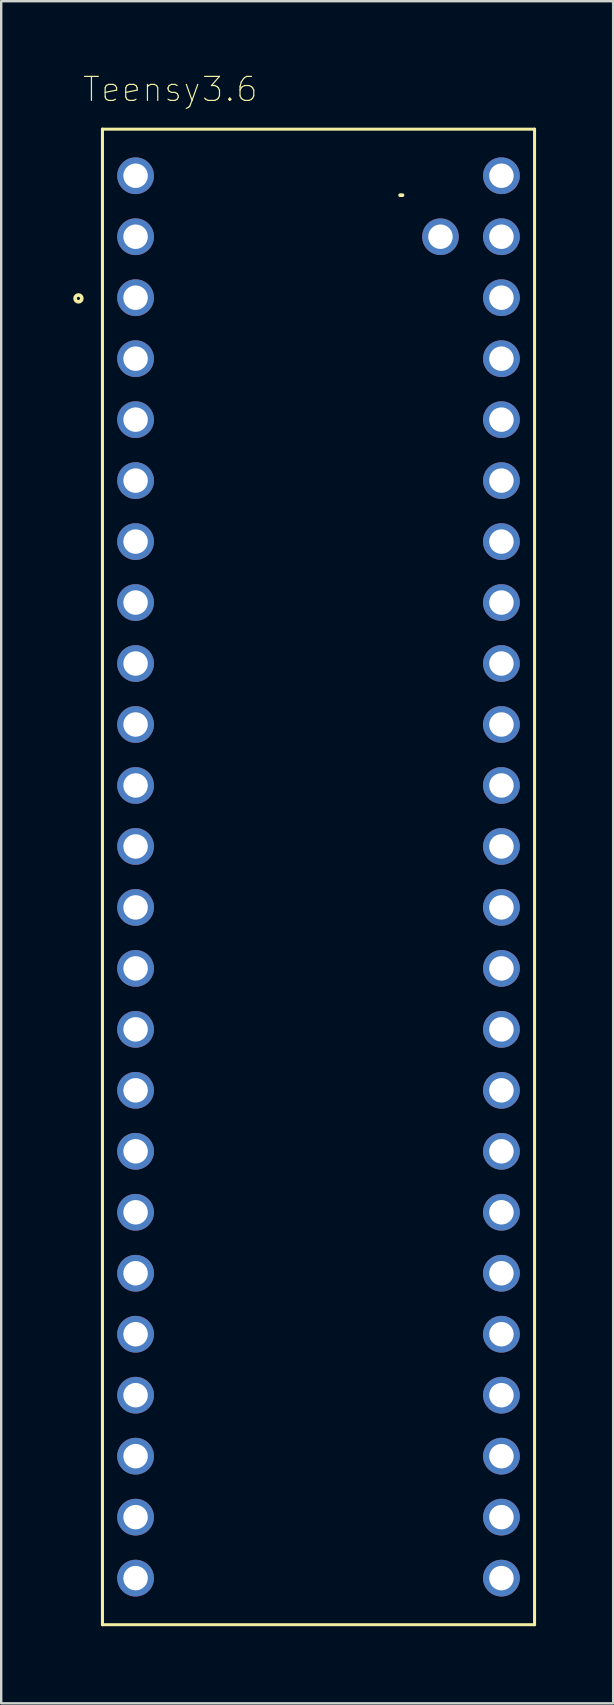
<source format=kicad_pcb>
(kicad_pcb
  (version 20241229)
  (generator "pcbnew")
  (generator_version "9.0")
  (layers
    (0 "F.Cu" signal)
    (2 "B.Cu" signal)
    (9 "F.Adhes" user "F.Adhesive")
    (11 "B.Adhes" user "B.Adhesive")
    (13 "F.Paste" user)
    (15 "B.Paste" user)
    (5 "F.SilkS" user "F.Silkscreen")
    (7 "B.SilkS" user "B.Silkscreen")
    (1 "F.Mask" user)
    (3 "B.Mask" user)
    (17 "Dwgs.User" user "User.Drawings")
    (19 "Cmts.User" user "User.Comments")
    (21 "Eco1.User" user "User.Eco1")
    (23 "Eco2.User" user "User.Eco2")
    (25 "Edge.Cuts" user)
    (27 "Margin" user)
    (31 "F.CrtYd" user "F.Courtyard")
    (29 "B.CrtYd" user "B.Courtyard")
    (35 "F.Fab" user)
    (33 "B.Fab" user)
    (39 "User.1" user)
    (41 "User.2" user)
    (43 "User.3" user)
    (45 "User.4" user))
  (footprint "Teensy3.6"
    (layer "F.Cu")
    (at 10.218 33.481)
    (property "Reference" "Teensy3.6" (at -6.173 -32.809 0) (layer "F.SilkS") (effects (font (size 1 1) (thickness 0.05))))
    (attr through_hole)
    (fp_line (start -9 -31.15) (end -9 31.15) (stroke (width 0.127) (type solid)) (layer "F.SilkS"))
    (fp_line (start -9 31.15) (end 9 31.15) (stroke (width 0.127) (type solid)) (layer "F.SilkS"))
    (fp_line (start 3.4 -28.4) (end 3.5 -28.4) (stroke (width 0.152) (type solid)) (layer "F.SilkS"))
    (fp_line (start 9 -31.15) (end -9 -31.15) (stroke (width 0.127) (type solid)) (layer "F.SilkS"))
    (fp_line (start 9 31.15) (end 9 -31.15) (stroke (width 0.127) (type solid)) (layer "F.SilkS"))
    (fp_circle (center -10 -24.1) (end -9.859 -24.1) (stroke (width 0.152) (type solid)) (fill no) (layer "F.SilkS"))
    (fp_line (start -9.25 -31.4) (end 9.25 -31.4) (stroke (width 0.05) (type solid)) (layer "Eco1.User"))
    (fp_line (start -9.25 31.4) (end -9.25 -31.4) (stroke (width 0.05) (type solid)) (layer "Eco1.User"))
    (fp_line (start 9.25 -31.4) (end 9.25 31.4) (stroke (width 0.05) (type solid)) (layer "Eco1.User"))
    (fp_line (start 9.25 31.4) (end -9.25 31.4) (stroke (width 0.05) (type solid)) (layer "Eco1.User"))
    (fp_line (start -9 -31.15) (end 9 -31.15) (stroke (width 0.127) (type solid)) (layer "Eco2.User"))
    (fp_line (start -9 31.15) (end -9 -31.15) (stroke (width 0.127) (type solid)) (layer "Eco2.User"))
    (fp_line (start -3.5 -31.1) (end -3.5 -28.4) (stroke (width 0.152) (type solid)) (layer "Eco2.User"))
    (fp_line (start -3.5 -28.4) (end 3.4 -28.4) (stroke (width 0.152) (type solid)) (layer "Eco2.User"))
    (fp_line (start 3.5 -28.4) (end 3.5 -31.1) (stroke (width 0.152) (type solid)) (layer "Eco2.User"))
    (fp_line (start 9 -31.15) (end 9 31.15) (stroke (width 0.127) (type solid)) (layer "Eco2.User"))
    (fp_line (start 9 31.15) (end -9 31.15) (stroke (width 0.127) (type solid)) (layer "Eco2.User"))
    (pad "0" thru_hole circle (at -7.62 -26.67) (size 1.53 1.53) (drill 1.02) (layers "*.Cu" "*.Mask"))
    (pad "1" thru_hole circle (at -7.62 -24.13) (size 1.53 1.53) (drill 1.02) (layers "*.Cu" "*.Mask"))
    (pad "2" thru_hole circle (at -7.62 -21.59) (size 1.53 1.53) (drill 1.02) (layers "*.Cu" "*.Mask"))
    (pad "3" thru_hole circle (at -7.62 -19.05) (size 1.53 1.53) (drill 1.02) (layers "*.Cu" "*.Mask"))
    (pad "3V3_1" thru_hole circle (at -7.62 6.35) (size 1.53 1.53) (drill 1.02) (layers "*.Cu" "*.Mask"))
    (pad "3V3_2" thru_hole circle (at 7.62 -24.13) (size 1.53 1.53) (drill 1.02) (layers "*.Cu" "*.Mask"))
    (pad "4" thru_hole circle (at -7.62 -16.51) (size 1.53 1.53) (drill 1.02) (layers "*.Cu" "*.Mask"))
    (pad "5" thru_hole circle (at -7.62 -13.97) (size 1.53 1.53) (drill 1.02) (layers "*.Cu" "*.Mask"))
    (pad "6" thru_hole circle (at -7.62 -11.43) (size 1.53 1.53) (drill 1.02) (layers "*.Cu" "*.Mask"))
    (pad "7" thru_hole circle (at -7.62 -8.89) (size 1.53 1.53) (drill 1.02) (layers "*.Cu" "*.Mask"))
    (pad "8" thru_hole circle (at -7.62 -6.35) (size 1.53 1.53) (drill 1.02) (layers "*.Cu" "*.Mask"))
    (pad "9" thru_hole circle (at -7.62 -3.81) (size 1.53 1.53) (drill 1.02) (layers "*.Cu" "*.Mask"))
    (pad "10" thru_hole circle (at -7.62 -1.27) (size 1.53 1.53) (drill 1.02) (layers "*.Cu" "*.Mask"))
    (pad "11" thru_hole circle (at -7.62 1.27) (size 1.53 1.53) (drill 1.02) (layers "*.Cu" "*.Mask"))
    (pad "12" thru_hole circle (at -7.62 3.81) (size 1.53 1.53) (drill 1.02) (layers "*.Cu" "*.Mask"))
    (pad "13" thru_hole circle (at 7.62 3.81) (size 1.53 1.53) (drill 1.02) (layers "*.Cu" "*.Mask"))
    (pad "14" thru_hole circle (at 7.62 1.27) (size 1.53 1.53) (drill 1.02) (layers "*.Cu" "*.Mask"))
    (pad "15" thru_hole circle (at 7.62 -1.27) (size 1.53 1.53) (drill 1.02) (layers "*.Cu" "*.Mask"))
    (pad "16" thru_hole circle (at 7.62 -3.81) (size 1.53 1.53) (drill 1.02) (layers "*.Cu" "*.Mask"))
    (pad "17" thru_hole circle (at 7.62 -6.35) (size 1.53 1.53) (drill 1.02) (layers "*.Cu" "*.Mask"))
    (pad "18" thru_hole circle (at 7.62 -8.89) (size 1.53 1.53) (drill 1.02) (layers "*.Cu" "*.Mask"))
    (pad "19" thru_hole circle (at 7.62 -11.43) (size 1.53 1.53) (drill 1.02) (layers "*.Cu" "*.Mask"))
    (pad "20" thru_hole circle (at 7.62 -13.97) (size 1.53 1.53) (drill 1.02) (layers "*.Cu" "*.Mask"))
    (pad "21" thru_hole circle (at 7.62 -16.51) (size 1.53 1.53) (drill 1.02) (layers "*.Cu" "*.Mask"))
    (pad "22" thru_hole circle (at 7.62 -19.05) (size 1.53 1.53) (drill 1.02) (layers "*.Cu" "*.Mask"))
    (pad "23" thru_hole circle (at 7.62 -21.59) (size 1.53 1.53) (drill 1.02) (layers "*.Cu" "*.Mask"))
    (pad "24" thru_hole circle (at -7.62 8.89) (size 1.53 1.53) (drill 1.02) (layers "*.Cu" "*.Mask"))
    (pad "25" thru_hole circle (at -7.62 11.43) (size 1.53 1.53) (drill 1.02) (layers "*.Cu" "*.Mask"))
    (pad "26" thru_hole circle (at -7.62 13.97) (size 1.53 1.53) (drill 1.02) (layers "*.Cu" "*.Mask"))
    (pad "27" thru_hole circle (at -7.62 16.51) (size 1.53 1.53) (drill 1.02) (layers "*.Cu" "*.Mask"))
    (pad "28" thru_hole circle (at -7.62 19.05) (size 1.53 1.53) (drill 1.02) (layers "*.Cu" "*.Mask"))
    (pad "29" thru_hole circle (at -7.62 21.59) (size 1.53 1.53) (drill 1.02) (layers "*.Cu" "*.Mask"))
    (pad "30" thru_hole circle (at -7.62 24.13) (size 1.53 1.53) (drill 1.02) (layers "*.Cu" "*.Mask"))
    (pad "31" thru_hole circle (at -7.62 26.67) (size 1.53 1.53) (drill 1.02) (layers "*.Cu" "*.Mask"))
    (pad "32" thru_hole circle (at -7.62 29.21) (size 1.53 1.53) (drill 1.02) (layers "*.Cu" "*.Mask"))
    (pad "33" thru_hole circle (at 7.62 29.21) (size 1.53 1.53) (drill 1.02) (layers "*.Cu" "*.Mask"))
    (pad "34" thru_hole circle (at 7.62 26.67) (size 1.53 1.53) (drill 1.02) (layers "*.Cu" "*.Mask"))
    (pad "35" thru_hole circle (at 7.62 24.13) (size 1.53 1.53) (drill 1.02) (layers "*.Cu" "*.Mask"))
    (pad "36" thru_hole circle (at 7.62 21.59) (size 1.53 1.53) (drill 1.02) (layers "*.Cu" "*.Mask"))
    (pad "37" thru_hole circle (at 7.62 19.05) (size 1.53 1.53) (drill 1.02) (layers "*.Cu" "*.Mask"))
    (pad "38" thru_hole circle (at 7.62 16.51) (size 1.53 1.53) (drill 1.02) (layers "*.Cu" "*.Mask"))
    (pad "39" thru_hole circle (at 7.62 13.97) (size 1.53 1.53) (drill 1.02) (layers "*.Cu" "*.Mask"))
    (pad "A21" thru_hole circle (at 7.62 11.43) (size 1.53 1.53) (drill 1.02) (layers "*.Cu" "*.Mask"))
    (pad "A22" thru_hole circle (at 7.62 8.89) (size 1.53 1.53) (drill 1.02) (layers "*.Cu" "*.Mask"))
    (pad "AGND" thru_hole circle (at 7.62 -26.67) (size 1.53 1.53) (drill 1.02) (layers "*.Cu" "*.Mask"))
    (pad "GND_1" thru_hole circle (at -7.62 -29.21) (size 1.53 1.53) (drill 1.02) (layers "*.Cu" "*.Mask"))
    (pad "GND_2" thru_hole circle (at 7.62 6.35) (size 1.53 1.53) (drill 1.02) (layers "*.Cu" "*.Mask"))
    (pad "VIN" thru_hole circle (at 7.62 -29.21) (size 1.53 1.53) (drill 1.02) (layers "*.Cu" "*.Mask"))
    (pad "VUSB" thru_hole circle (at 5.08 -26.67) (size 1.524 1.524) (drill 1.02) (layers "*.Cu" "*.Mask")))
  (gr_rect
    (start -3 -3)
    (end 22.493 67.906)
    (stroke (width 0.1) (type default))
    (fill no)
    (layer "Edge.Cuts")))
</source>
